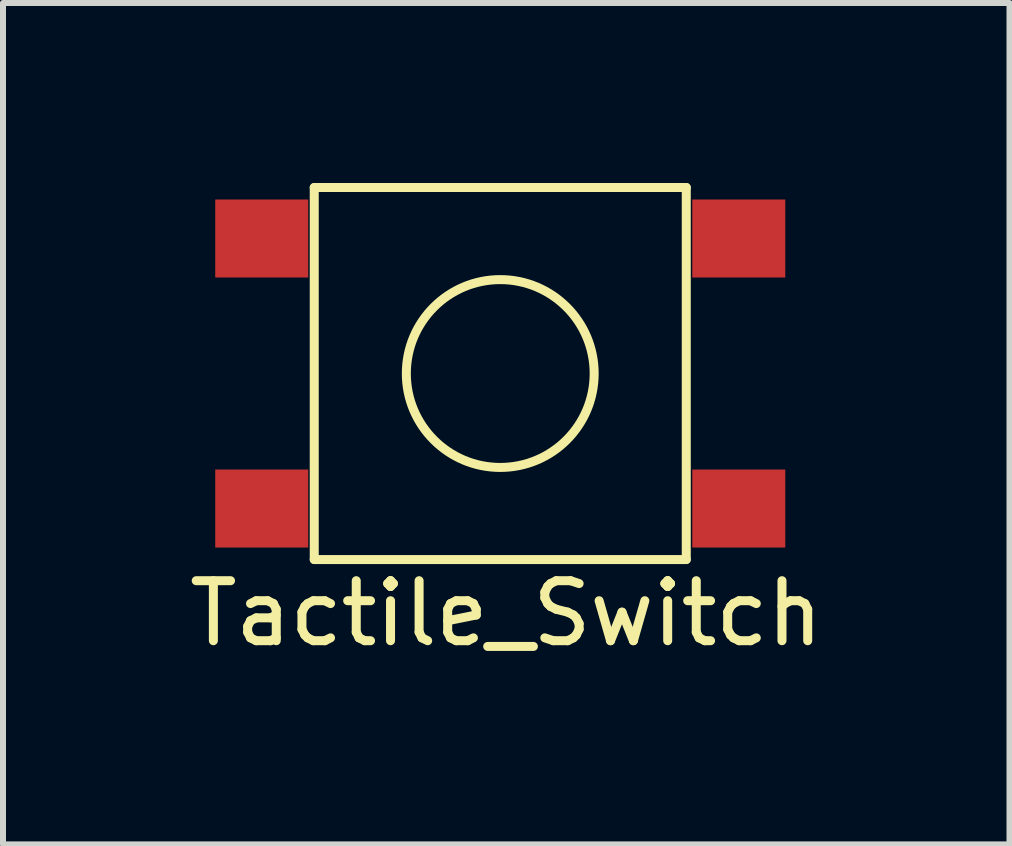
<source format=kicad_pcb>
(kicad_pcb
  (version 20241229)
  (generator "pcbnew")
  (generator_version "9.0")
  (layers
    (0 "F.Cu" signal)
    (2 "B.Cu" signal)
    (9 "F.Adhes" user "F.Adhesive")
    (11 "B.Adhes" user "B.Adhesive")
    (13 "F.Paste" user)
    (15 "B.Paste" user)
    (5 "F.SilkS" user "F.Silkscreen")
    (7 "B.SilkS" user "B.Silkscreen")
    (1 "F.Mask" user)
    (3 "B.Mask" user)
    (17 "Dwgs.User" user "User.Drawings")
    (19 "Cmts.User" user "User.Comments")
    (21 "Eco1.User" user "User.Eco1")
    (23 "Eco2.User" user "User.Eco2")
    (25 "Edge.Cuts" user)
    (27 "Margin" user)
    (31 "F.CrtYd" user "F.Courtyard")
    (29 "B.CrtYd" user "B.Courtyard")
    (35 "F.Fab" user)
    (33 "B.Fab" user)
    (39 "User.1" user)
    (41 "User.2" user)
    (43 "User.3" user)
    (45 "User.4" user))
  (footprint "Tactile_Switch"
    (layer "F.Cu")
    (at 5.287 3.175)
    (property "Reference" "Tactile_Switch" (at 0.1 3.998 180) (layer "F.SilkS") (effects (font (size 1 1) (thickness 0.15))))
    (attr through_hole)
    (fp_line (start -3.1 -3.1) (end -3.1 3.1) (stroke (width 0.15) (type solid)) (layer "F.SilkS"))
    (fp_line (start -3.1 3.1) (end 3.1 3.1) (stroke (width 0.15) (type solid)) (layer "F.SilkS"))
    (fp_line (start 3.1 -3.1) (end -3.1 -3.1) (stroke (width 0.15) (type solid)) (layer "F.SilkS"))
    (fp_line (start 3.1 3.1) (end 3.1 -3.1) (stroke (width 0.15) (type solid)) (layer "F.SilkS"))
    (fp_circle (center 0 0) (end 1.4 0.7) (stroke (width 0.15) (type solid)) (fill no) (layer "F.SilkS"))
    (pad "1" smd rect (at -3.975 -2.25) (size 1.55 1.3) (layers "F.Cu" "F.Mask" "F.Paste"))
    (pad "1" smd rect (at 3.975 -2.25) (size 1.55 1.3) (layers "F.Cu" "F.Mask" "F.Paste"))
    (pad "2" smd rect (at -3.975 2.25) (size 1.55 1.3) (layers "F.Cu" "F.Mask" "F.Paste"))
    (pad "2" smd rect (at 3.975 2.25) (size 1.55 1.3) (layers "F.Cu" "F.Mask" "F.Paste")))
  (gr_rect
    (start -3 -3)
    (end 13.774 11.022)
    (stroke (width 0.1) (type default))
    (fill no)
    (layer "Edge.Cuts")))
</source>
